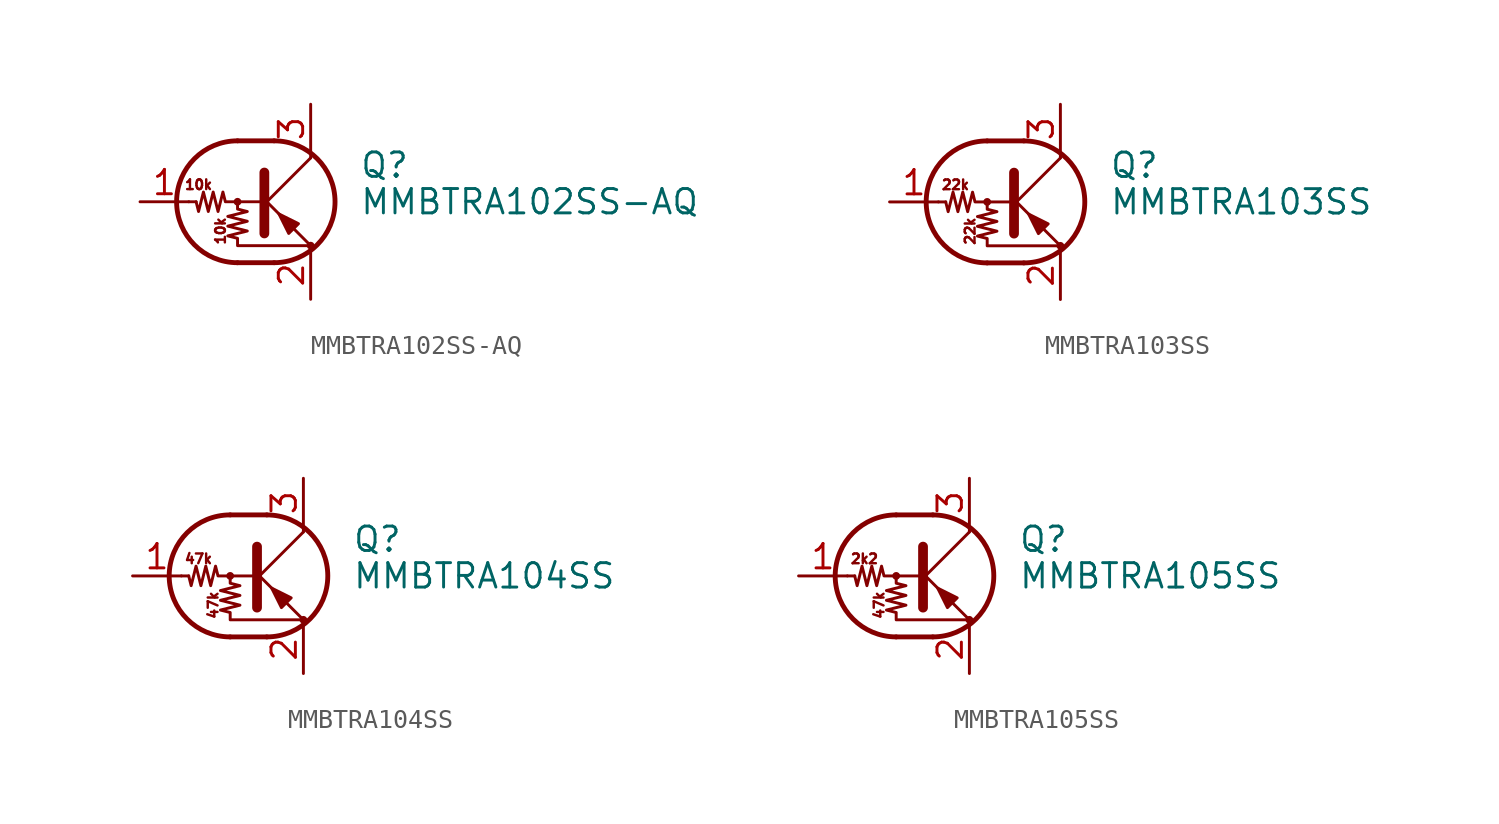
<source format=kicad_sym>
(kicad_symbol_lib
  (version 20241209)
  (generator "kicad_symbol_editor")
  (generator_version "9.0")
  (symbol "MMBTRA102SS-AQ"
    (pin_names
      (offset 0)
      (hide yes))
    (property "Reference" "Q"
      (at 5.08 1.905 0)
      (effects (font (size 1.27 1.27)) (justify left)))
    (property "Value" "MMBTRA102SS-AQ"
      (at 5.08 0 0)
      (effects (font (size 1.27 1.27)) (justify left)))
    (symbol "MMBTRA102SS-AQ_0_0"
      (text "10k" (at -3.302 0.889 0) (effects (font (size 0.508 0.508))))
      (text "10k" (at -2.159 -1.524 900) (effects (font (size 0.508 0.508)))))
    (symbol "MMBTRA102SS-AQ_0_1"
      (polyline (pts (xy -3.429 0) (xy -3.81 0)) (stroke (width 0) (type default)) (fill (type none)))
      (polyline (pts (xy -1.27 3.175) (xy 0.635 3.175)) (stroke (width 0.254) (type default)) (fill (type none)))
      (circle (center -1.27 0) (radius 0.127) (stroke (width 0) (type default)) (fill (type none)))
      (polyline (pts (xy -1.27 0) (xy -1.27 -0.381) (xy -0.762 -0.508) (xy -1.778 -0.762) (xy -0.762 -1.016) (xy -1.778 -1.27) (xy -0.762 -1.524) (xy -1.778 -1.778) (xy -1.27 -1.905) (xy -1.27 -2.286) (xy 2.54 -2.286)) (stroke (width 0) (type default)) (fill (type none)))
      (polyline (pts (xy -1.27 -3.175) (xy 0.635 -3.175)) (stroke (width 0.254) (type default)) (fill (type none)))
      (arc (start -1.27 -3.175) (mid -4.4312 0) (end -1.27 3.175) (stroke (width 0.254) (type default)) (fill (type none)))
      (polyline (pts (xy 0 0) (xy -1.905 0) (xy -2.032 0.508) (xy -2.286 -0.508) (xy -2.54 0.508) (xy -2.794 -0.508) (xy -3.048 0.508) (xy -3.302 -0.508) (xy -3.429 0)) (stroke (width 0) (type default)) (fill (type none)))
      (polyline (pts (xy 0 -0.254) (xy 2.54 2.286)) (stroke (width 0) (type default)) (fill (type none)))
      (polyline (pts (xy 0.127 1.524) (xy 0.127 -1.651)) (stroke (width 0.508) (type default)) (fill (type outline)))
      (arc (start 0.635 3.175) (mid 3.7962 0) (end 0.635 -3.175) (stroke (width 0.254) (type default)) (fill (type none)))
      (polyline (pts (xy 1.397 -1.651) (xy 1.905 -1.143) (xy 0.889 -0.635) (xy 1.397 -1.651)) (stroke (width 0) (type default)) (fill (type outline)))
      (polyline (pts (xy 2.54 2.286) (xy 2.54 2.54)) (stroke (width 0) (type default)) (fill (type none)))
      (polyline (pts (xy 2.54 -2.286) (xy 0 0.254) (xy 0 0.254)) (stroke (width 0) (type default)) (fill (type none)))
      (circle (center 2.54 -2.286) (radius 0.127) (stroke (width 0) (type default)) (fill (type none))))
    (symbol "MMBTRA102SS-AQ_1_1"
      (pin input line (at -6.35 0 0) (length 2.54) (name "B" (effects (font (size 1.27 1.27)))) (number "1" (effects (font (size 1.27 1.27)))))
      (pin passive line (at 2.54 5.08 270) (length 2.54) (name "C" (effects (font (size 1.27 1.27)))) (number "3" (effects (font (size 1.27 1.27)))))
      (pin passive line (at 2.54 -5.08 90) (length 2.54) (name "E" (effects (font (size 1.27 1.27)))) (number "2" (effects (font (size 1.27 1.27)))))))
  (symbol "MMBTRA103SS"
    (pin_names
      (offset 0)
      (hide yes))
    (property "Reference" "Q"
      (at 5.08 1.905 0)
      (effects (font (size 1.27 1.27)) (justify left)))
    (property "Value" "MMBTRA103SS"
      (at 5.08 0 0)
      (effects (font (size 1.27 1.27)) (justify left)))
    (symbol "MMBTRA103SS_0_0"
      (text "22k" (at -2.921 0.889 0) (effects (font (size 0.508 0.508))))
      (text "22k" (at -2.159 -1.524 900) (effects (font (size 0.508 0.508)))))
    (symbol "MMBTRA103SS_0_1"
      (polyline (pts (xy -3.429 0) (xy -3.81 0)) (stroke (width 0) (type default)) (fill (type none)))
      (polyline (pts (xy -1.27 3.175) (xy 0.635 3.175)) (stroke (width 0.254) (type default)) (fill (type none)))
      (circle (center -1.27 0) (radius 0.127) (stroke (width 0) (type default)) (fill (type none)))
      (polyline (pts (xy -1.27 0) (xy -1.27 -0.381) (xy -0.762 -0.508) (xy -1.778 -0.762) (xy -0.762 -1.016) (xy -1.778 -1.27) (xy -0.762 -1.524) (xy -1.778 -1.778) (xy -1.27 -1.905) (xy -1.27 -2.286) (xy 2.54 -2.286)) (stroke (width 0) (type default)) (fill (type none)))
      (polyline (pts (xy -1.27 -3.175) (xy 0.635 -3.175)) (stroke (width 0.254) (type default)) (fill (type none)))
      (arc (start -1.27 -3.175) (mid -4.4312 0) (end -1.27 3.175) (stroke (width 0.254) (type default)) (fill (type none)))
      (polyline (pts (xy 0 0) (xy -1.905 0) (xy -2.032 0.508) (xy -2.286 -0.508) (xy -2.54 0.508) (xy -2.794 -0.508) (xy -3.048 0.508) (xy -3.302 -0.508) (xy -3.429 0)) (stroke (width 0) (type default)) (fill (type none)))
      (polyline (pts (xy 0 -0.254) (xy 2.54 2.286)) (stroke (width 0) (type default)) (fill (type none)))
      (polyline (pts (xy 0.127 1.524) (xy 0.127 -1.651)) (stroke (width 0.508) (type default)) (fill (type outline)))
      (arc (start 0.635 3.175) (mid 3.7962 0) (end 0.635 -3.175) (stroke (width 0.254) (type default)) (fill (type none)))
      (polyline (pts (xy 1.397 -1.651) (xy 1.905 -1.143) (xy 0.889 -0.635) (xy 1.397 -1.651)) (stroke (width 0) (type default)) (fill (type outline)))
      (polyline (pts (xy 2.54 2.286) (xy 2.54 2.54)) (stroke (width 0) (type default)) (fill (type none)))
      (polyline (pts (xy 2.54 -2.286) (xy 0 0.254) (xy 0 0.254)) (stroke (width 0) (type default)) (fill (type none)))
      (circle (center 2.54 -2.286) (radius 0.127) (stroke (width 0) (type default)) (fill (type none))))
    (symbol "MMBTRA103SS_1_1"
      (pin input line (at -6.35 0 0) (length 2.54) (name "B" (effects (font (size 1.27 1.27)))) (number "1" (effects (font (size 1.27 1.27)))))
      (pin passive line (at 2.54 5.08 270) (length 2.54) (name "C" (effects (font (size 1.27 1.27)))) (number "3" (effects (font (size 1.27 1.27)))))
      (pin passive line (at 2.54 -5.08 90) (length 2.54) (name "E" (effects (font (size 1.27 1.27)))) (number "2" (effects (font (size 1.27 1.27)))))))
  (symbol "MMBTRA104SS"
    (pin_names
      (offset 0)
      (hide yes))
    (property "Reference" "Q"
      (at 5.08 1.905 0)
      (effects (font (size 1.27 1.27)) (justify left)))
    (property "Value" "MMBTRA104SS"
      (at 5.08 0 0)
      (effects (font (size 1.27 1.27)) (justify left)))
    (symbol "MMBTRA104SS_0_0"
      (text "47k" (at -2.921 0.889 0) (effects (font (size 0.508 0.508))))
      (text "47k" (at -2.159 -1.524 900) (effects (font (size 0.508 0.508)))))
    (symbol "MMBTRA104SS_0_1"
      (polyline (pts (xy -3.429 0) (xy -3.81 0)) (stroke (width 0) (type default)) (fill (type none)))
      (polyline (pts (xy -1.27 3.175) (xy 0.635 3.175)) (stroke (width 0.254) (type default)) (fill (type none)))
      (circle (center -1.27 0) (radius 0.127) (stroke (width 0) (type default)) (fill (type none)))
      (polyline (pts (xy -1.27 0) (xy -1.27 -0.381) (xy -0.762 -0.508) (xy -1.778 -0.762) (xy -0.762 -1.016) (xy -1.778 -1.27) (xy -0.762 -1.524) (xy -1.778 -1.778) (xy -1.27 -1.905) (xy -1.27 -2.286) (xy 2.54 -2.286)) (stroke (width 0) (type default)) (fill (type none)))
      (polyline (pts (xy -1.27 -3.175) (xy 0.635 -3.175)) (stroke (width 0.254) (type default)) (fill (type none)))
      (arc (start -1.27 -3.175) (mid -4.4312 0) (end -1.27 3.175) (stroke (width 0.254) (type default)) (fill (type none)))
      (polyline (pts (xy 0 0) (xy -1.905 0) (xy -2.032 0.508) (xy -2.286 -0.508) (xy -2.54 0.508) (xy -2.794 -0.508) (xy -3.048 0.508) (xy -3.302 -0.508) (xy -3.429 0)) (stroke (width 0) (type default)) (fill (type none)))
      (polyline (pts (xy 0 -0.254) (xy 2.54 2.286)) (stroke (width 0) (type default)) (fill (type none)))
      (polyline (pts (xy 0.127 1.524) (xy 0.127 -1.651)) (stroke (width 0.508) (type default)) (fill (type outline)))
      (arc (start 0.635 3.175) (mid 3.7962 0) (end 0.635 -3.175) (stroke (width 0.254) (type default)) (fill (type none)))
      (polyline (pts (xy 1.397 -1.651) (xy 1.905 -1.143) (xy 0.889 -0.635) (xy 1.397 -1.651)) (stroke (width 0) (type default)) (fill (type outline)))
      (polyline (pts (xy 2.54 2.286) (xy 2.54 2.54)) (stroke (width 0) (type default)) (fill (type none)))
      (polyline (pts (xy 2.54 -2.286) (xy 0 0.254) (xy 0 0.254)) (stroke (width 0) (type default)) (fill (type none)))
      (circle (center 2.54 -2.286) (radius 0.127) (stroke (width 0) (type default)) (fill (type none))))
    (symbol "MMBTRA104SS_1_1"
      (pin input line (at -6.35 0 0) (length 2.54) (name "B" (effects (font (size 1.27 1.27)))) (number "1" (effects (font (size 1.27 1.27)))))
      (pin passive line (at 2.54 5.08 270) (length 2.54) (name "C" (effects (font (size 1.27 1.27)))) (number "3" (effects (font (size 1.27 1.27)))))
      (pin passive line (at 2.54 -5.08 90) (length 2.54) (name "E" (effects (font (size 1.27 1.27)))) (number "2" (effects (font (size 1.27 1.27)))))))
  (symbol "MMBTRA105SS"
    (pin_names
      (offset 0)
      (hide yes))
    (property "Reference" "Q"
      (at 5.08 1.905 0)
      (effects (font (size 1.27 1.27)) (justify left)))
    (property "Value" "MMBTRA105SS"
      (at 5.08 0 0)
      (effects (font (size 1.27 1.27)) (justify left)))
    (symbol "MMBTRA105SS_0_0"
      (text "2k2" (at -2.921 0.889 0) (effects (font (size 0.508 0.508))))
      (text "47k" (at -2.159 -1.524 900) (effects (font (size 0.508 0.508)))))
    (symbol "MMBTRA105SS_0_1"
      (polyline (pts (xy -3.429 0) (xy -3.81 0)) (stroke (width 0) (type default)) (fill (type none)))
      (polyline (pts (xy -1.27 3.175) (xy 0.635 3.175)) (stroke (width 0.254) (type default)) (fill (type none)))
      (circle (center -1.27 0) (radius 0.127) (stroke (width 0) (type default)) (fill (type none)))
      (polyline (pts (xy -1.27 0) (xy -1.27 -0.381) (xy -0.762 -0.508) (xy -1.778 -0.762) (xy -0.762 -1.016) (xy -1.778 -1.27) (xy -0.762 -1.524) (xy -1.778 -1.778) (xy -1.27 -1.905) (xy -1.27 -2.286) (xy 2.54 -2.286)) (stroke (width 0) (type default)) (fill (type none)))
      (polyline (pts (xy -1.27 -3.175) (xy 0.635 -3.175)) (stroke (width 0.254) (type default)) (fill (type none)))
      (arc (start -1.27 -3.175) (mid -4.4312 0) (end -1.27 3.175) (stroke (width 0.254) (type default)) (fill (type none)))
      (polyline (pts (xy 0 0) (xy -1.905 0) (xy -2.032 0.508) (xy -2.286 -0.508) (xy -2.54 0.508) (xy -2.794 -0.508) (xy -3.048 0.508) (xy -3.302 -0.508) (xy -3.429 0)) (stroke (width 0) (type default)) (fill (type none)))
      (polyline (pts (xy 0 -0.254) (xy 2.54 2.286)) (stroke (width 0) (type default)) (fill (type none)))
      (polyline (pts (xy 0.127 1.524) (xy 0.127 -1.651)) (stroke (width 0.508) (type default)) (fill (type outline)))
      (arc (start 0.635 3.175) (mid 3.7962 0) (end 0.635 -3.175) (stroke (width 0.254) (type default)) (fill (type none)))
      (polyline (pts (xy 1.397 -1.651) (xy 1.905 -1.143) (xy 0.889 -0.635) (xy 1.397 -1.651)) (stroke (width 0) (type default)) (fill (type outline)))
      (polyline (pts (xy 2.54 2.286) (xy 2.54 2.54)) (stroke (width 0) (type default)) (fill (type none)))
      (polyline (pts (xy 2.54 -2.286) (xy 0 0.254) (xy 0 0.254)) (stroke (width 0) (type default)) (fill (type none)))
      (circle (center 2.54 -2.286) (radius 0.127) (stroke (width 0) (type default)) (fill (type none))))
    (symbol "MMBTRA105SS_1_1"
      (pin input line (at -6.35 0 0) (length 2.54) (name "B" (effects (font (size 1.27 1.27)))) (number "1" (effects (font (size 1.27 1.27)))))
      (pin passive line (at 2.54 5.08 270) (length 2.54) (name "C" (effects (font (size 1.27 1.27)))) (number "3" (effects (font (size 1.27 1.27)))))
      (pin passive line (at 2.54 -5.08 90) (length 2.54) (name "E" (effects (font (size 1.27 1.27)))) (number "2" (effects (font (size 1.27 1.27))))))))
</source>
